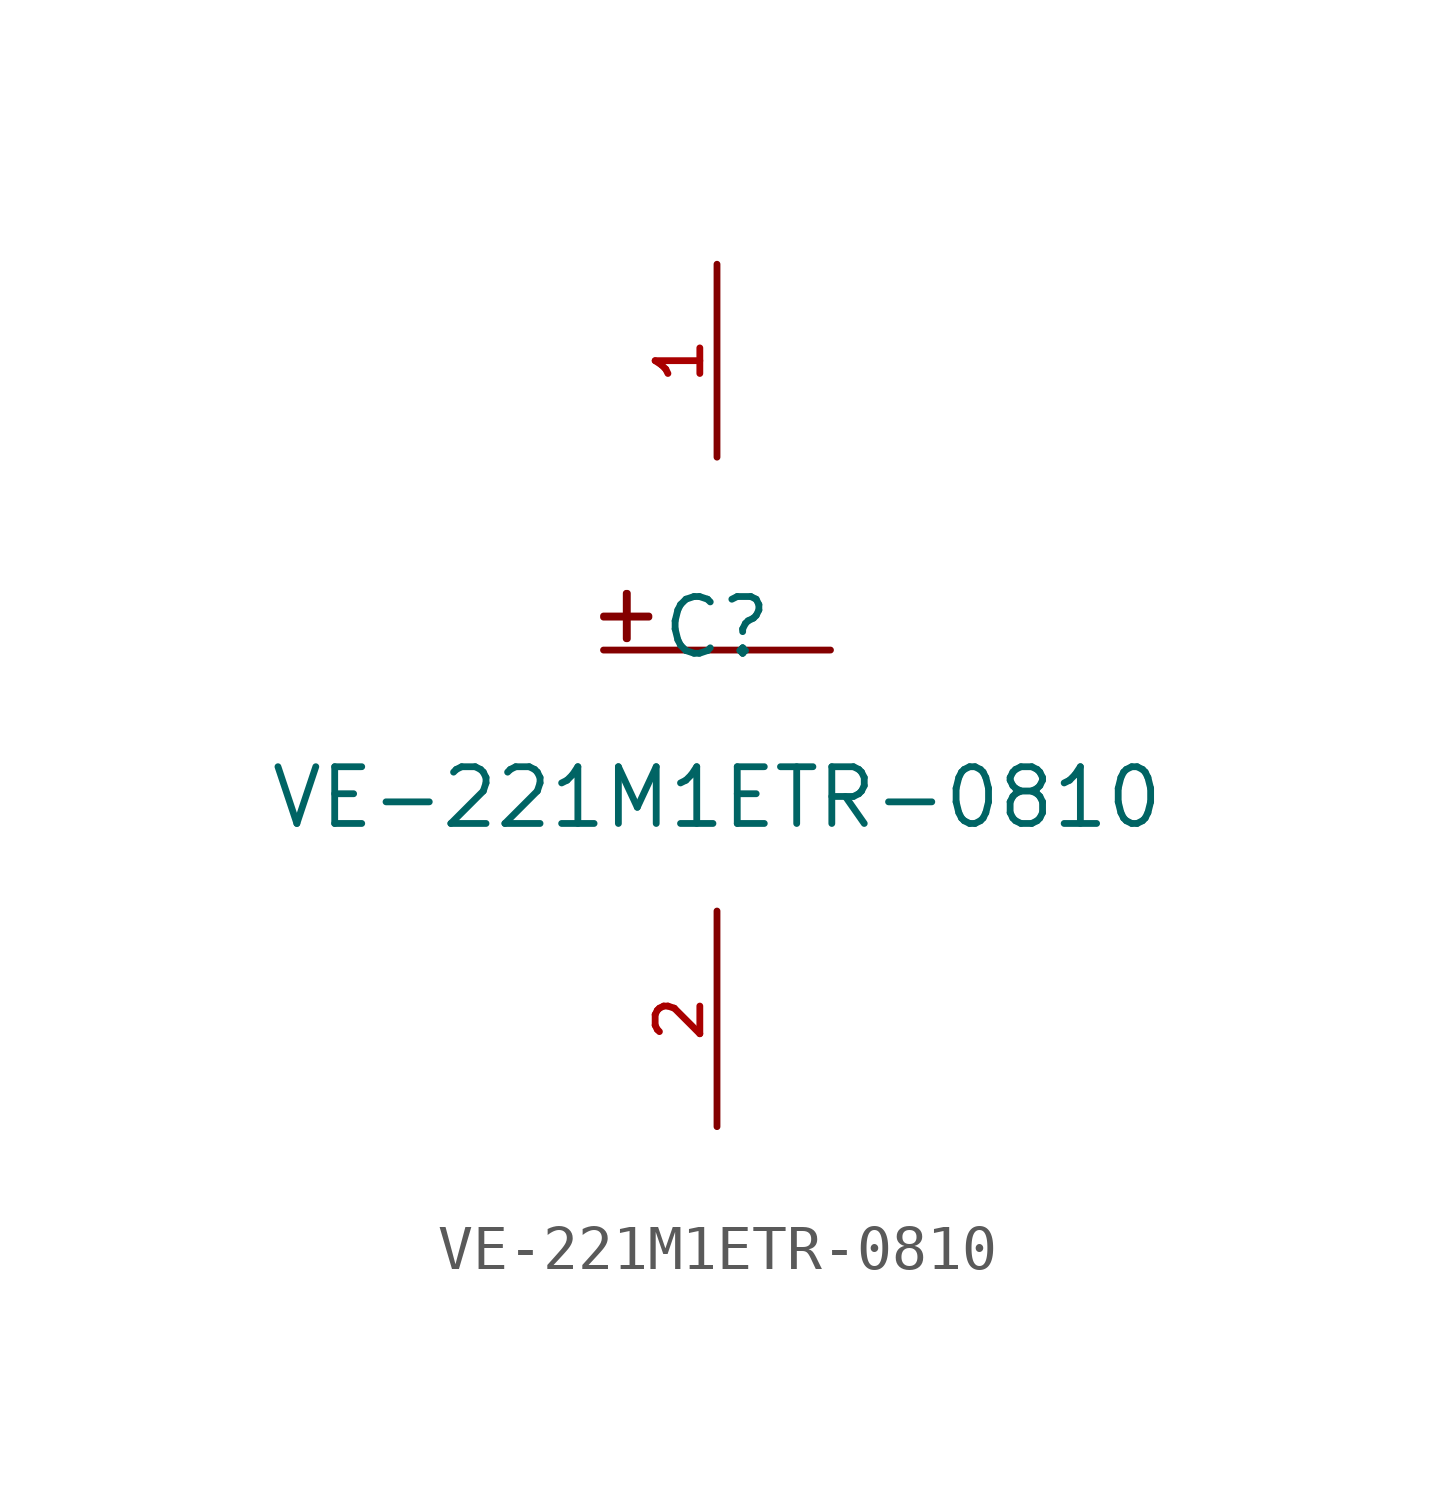
<source format=kicad_sym>
(kicad_symbol_lib
  (version 20220914)
  (generator kicad_symbol_editor)
  (symbol "VE-221M1ETR-0810"
    (pin_names hide)
    (property "Reference" "C"
      (at 0 1.27 0)
      (effects (font (size 1.27 1.27))))
    (property "Value" "VE-221M1ETR-0810"
      (at 0 -2.54 0)
      (effects (font (size 1.27 1.27))))
    (symbol "VE-221M1ETR-0810_0_1"
      (rectangle (start -2.54 1.524) (end -1.524 1.499) (stroke (width 0) (type default)) (fill (type background)))
      (rectangle (start -2.032 2.032) (end -2.007 1.016) (stroke (width 0) (type default)) (fill (type background)))
      (polyline (pts (xy -2.54 0.762) (xy 2.54 0.762)) (stroke (width 0) (type default)) (fill (type none)))
      (pin unspecified line (at 0 5.08 90) (length 4.318) (name "1" (effects (font (size 1 1)))) (number "1" (effects (font (size 1 1)))))
      (pin unspecified line (at 0 -5.08 270) (length 4.826) (name "2" (effects (font (size 1 1)))) (number "2" (effects (font (size 1 1))))))))
</source>
